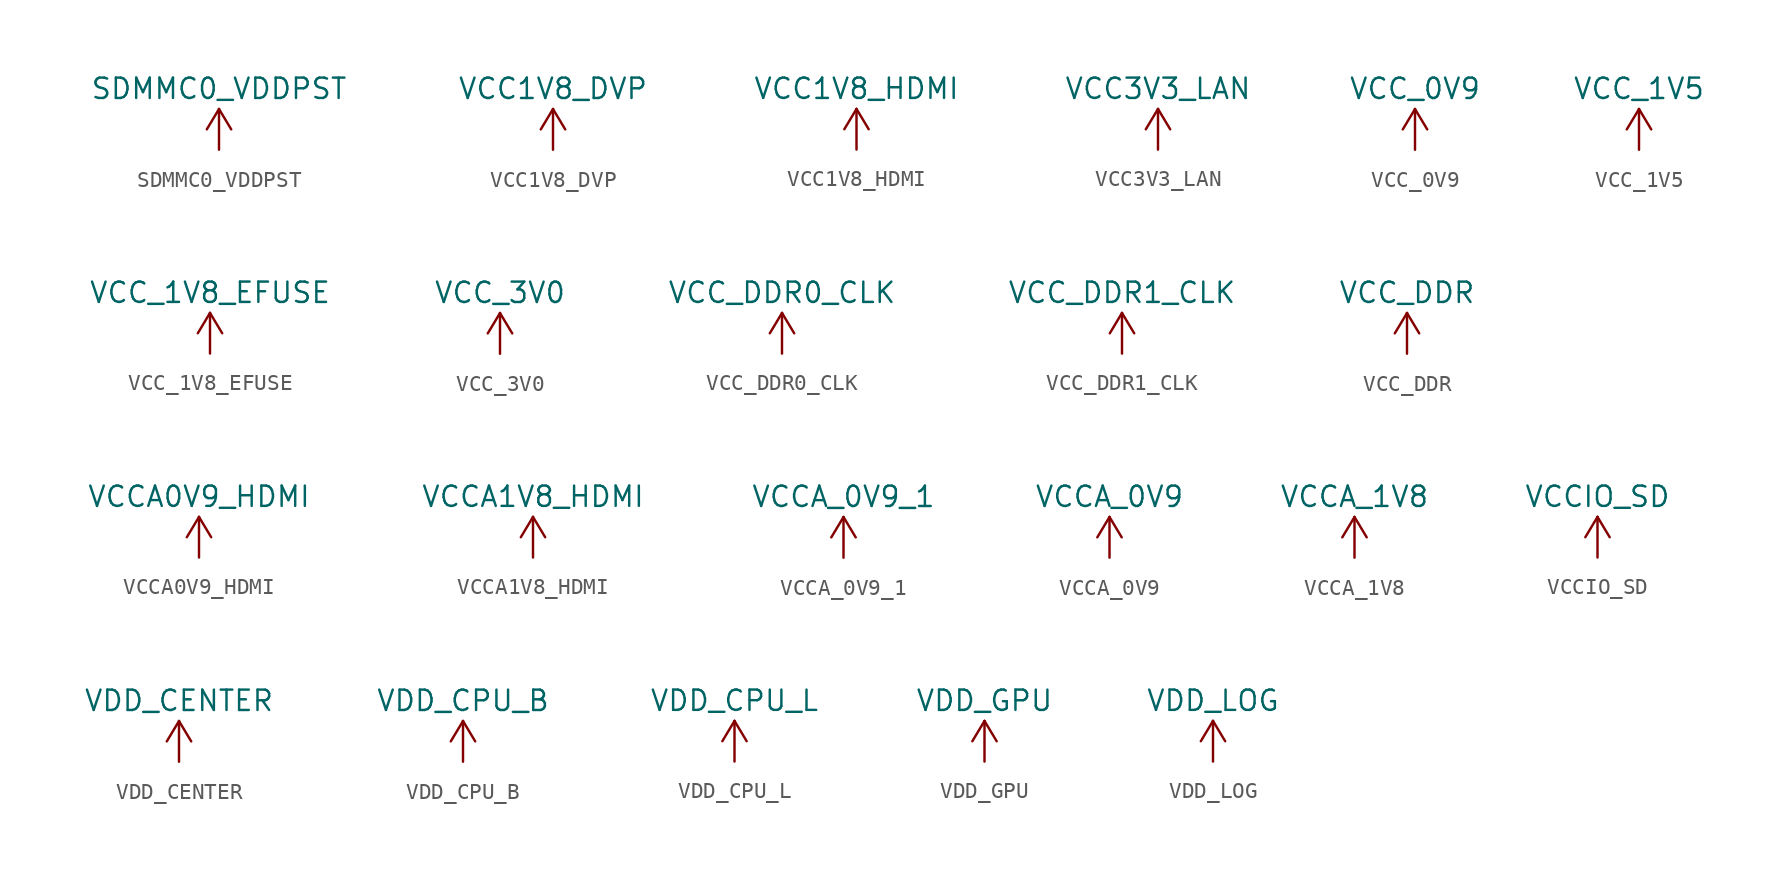
<source format=kicad_sym>
(kicad_symbol_lib
  (version 20220331)
  (generator kicad_symbol_editor)
  (symbol "SDMMC0_VDDPST"
    (power)
    (pin_names
      (offset 0) hide)
    (property "Reference" "#PWR"
      (at 5.08 -3.81 0)
      (effects (font (size 1.27 1.27)) hide))
    (property "Value" "SDMMC0_VDDPST"
      (at 0 3.81 0)
      (effects (font (size 1.27 1.27))))
    (symbol "SDMMC0_VDDPST_0_1"
      (polyline (pts (xy -0.762 1.27) (xy 0 2.54)) (stroke (width 0) (type default)) (fill (type none)))
      (polyline (pts (xy 0 0) (xy 0 2.54)) (stroke (width 0) (type default)) (fill (type none)))
      (polyline (pts (xy 0 2.54) (xy 0.762 1.27)) (stroke (width 0) (type default)) (fill (type none))))
    (symbol "SDMMC0_VDDPST_1_1"
      (pin power_in line (at 0 0 90) (length 0) hide (name "VCC_DDR" (effects (font (size 1.27 1.27)))) (number "1" (effects (font (size 1.27 1.27)))))))
  (symbol "VCC1V8_DVP"
    (power)
    (pin_names
      (offset 0) hide)
    (property "Reference" "#PWR"
      (at 5.08 -3.81 0)
      (effects (font (size 1.27 1.27)) hide))
    (property "Value" "VCC1V8_DVP"
      (at 0 3.81 0)
      (effects (font (size 1.27 1.27))))
    (symbol "VCC1V8_DVP_0_1"
      (polyline (pts (xy -0.762 1.27) (xy 0 2.54)) (stroke (width 0) (type default)) (fill (type none)))
      (polyline (pts (xy 0 0) (xy 0 2.54)) (stroke (width 0) (type default)) (fill (type none)))
      (polyline (pts (xy 0 2.54) (xy 0.762 1.27)) (stroke (width 0) (type default)) (fill (type none))))
    (symbol "VCC1V8_DVP_1_1"
      (pin power_in line (at 0 0 90) (length 0) hide (name "VCC_DDR" (effects (font (size 1.27 1.27)))) (number "1" (effects (font (size 1.27 1.27)))))))
  (symbol "VCC1V8_HDMI"
    (power)
    (pin_names
      (offset 0) hide)
    (property "Reference" "#PWR"
      (at 5.08 -2.54 0)
      (effects (font (size 1.27 1.27)) hide))
    (property "Value" "VCC1V8_HDMI"
      (at 0 3.81 0)
      (effects (font (size 1.27 1.27))))
    (symbol "VCC1V8_HDMI_0_1"
      (polyline (pts (xy -0.762 1.27) (xy 0 2.54)) (stroke (width 0) (type default)) (fill (type none)))
      (polyline (pts (xy 0 0) (xy 0 2.54)) (stroke (width 0) (type default)) (fill (type none)))
      (polyline (pts (xy 0 2.54) (xy 0.762 1.27)) (stroke (width 0) (type default)) (fill (type none))))
    (symbol "VCC1V8_HDMI_1_1"
      (pin power_in line (at 0 0 180) (length 0) hide (name "VCC_DDR" (effects (font (size 1.27 1.27)))) (number "1" (effects (font (size 1.27 1.27)))))))
  (symbol "VCC3V3_LAN"
    (power)
    (pin_names
      (offset 0) hide)
    (property "Reference" "#PWR"
      (at 5.08 -3.81 0)
      (effects (font (size 1.27 1.27)) hide))
    (property "Value" "VCC3V3_LAN"
      (at 0 3.81 0)
      (effects (font (size 1.27 1.27))))
    (symbol "VCC3V3_LAN_0_1"
      (polyline (pts (xy -0.762 1.27) (xy 0 2.54)) (stroke (width 0) (type default)) (fill (type none)))
      (polyline (pts (xy 0 0) (xy 0 2.54)) (stroke (width 0) (type default)) (fill (type none)))
      (polyline (pts (xy 0 2.54) (xy 0.762 1.27)) (stroke (width 0) (type default)) (fill (type none))))
    (symbol "VCC3V3_LAN_1_1"
      (pin power_in line (at 0 0 90) (length 0) hide (name "VCC_DDR" (effects (font (size 1.27 1.27)))) (number "1" (effects (font (size 1.27 1.27)))))))
  (symbol "VCC_0V9"
    (power)
    (pin_names
      (offset 0) hide)
    (property "Reference" "#PWR"
      (at 5.08 -3.81 0)
      (effects (font (size 1.27 1.27)) hide))
    (property "Value" "VCC_0V9"
      (at 0 3.81 0)
      (effects (font (size 1.27 1.27))))
    (symbol "VCC_0V9_0_1"
      (polyline (pts (xy -0.762 1.27) (xy 0 2.54)) (stroke (width 0) (type default)) (fill (type none)))
      (polyline (pts (xy 0 0) (xy 0 2.54)) (stroke (width 0) (type default)) (fill (type none)))
      (polyline (pts (xy 0 2.54) (xy 0.762 1.27)) (stroke (width 0) (type default)) (fill (type none))))
    (symbol "VCC_0V9_1_1"
      (pin power_in line (at 0 0 90) (length 0) hide (name "VCC_DDR" (effects (font (size 1.27 1.27)))) (number "1" (effects (font (size 1.27 1.27)))))))
  (symbol "VCC_1V5"
    (power)
    (pin_names
      (offset 0) hide)
    (property "Reference" "#PWR"
      (at 5.08 -3.81 0)
      (effects (font (size 1.27 1.27)) hide))
    (property "Value" "VCC_1V5"
      (at 0 3.81 0)
      (effects (font (size 1.27 1.27))))
    (symbol "VCC_1V5_0_1"
      (polyline (pts (xy -0.762 1.27) (xy 0 2.54)) (stroke (width 0) (type default)) (fill (type none)))
      (polyline (pts (xy 0 0) (xy 0 2.54)) (stroke (width 0) (type default)) (fill (type none)))
      (polyline (pts (xy 0 2.54) (xy 0.762 1.27)) (stroke (width 0) (type default)) (fill (type none))))
    (symbol "VCC_1V5_1_1"
      (pin power_in line (at 0 0 90) (length 0) hide (name "VCC_DDR" (effects (font (size 1.27 1.27)))) (number "1" (effects (font (size 1.27 1.27)))))))
  (symbol "VCC_1V8_EFUSE"
    (power)
    (pin_names
      (offset 0) hide)
    (property "Reference" "#PWR"
      (at 5.08 -3.81 0)
      (effects (font (size 1.27 1.27)) hide))
    (property "Value" "VCC_1V8_EFUSE"
      (at 0 3.81 0)
      (effects (font (size 1.27 1.27))))
    (symbol "VCC_1V8_EFUSE_0_1"
      (polyline (pts (xy -0.762 1.27) (xy 0 2.54)) (stroke (width 0) (type default)) (fill (type none)))
      (polyline (pts (xy 0 0) (xy 0 2.54)) (stroke (width 0) (type default)) (fill (type none)))
      (polyline (pts (xy 0 2.54) (xy 0.762 1.27)) (stroke (width 0) (type default)) (fill (type none))))
    (symbol "VCC_1V8_EFUSE_1_1"
      (pin power_in line (at 0 0 90) (length 0) hide (name "VCC_DDR" (effects (font (size 1.27 1.27)))) (number "1" (effects (font (size 1.27 1.27)))))))
  (symbol "VCC_3V0"
    (power)
    (pin_names
      (offset 0) hide)
    (property "Reference" "#PWR"
      (at 5.08 -3.81 0)
      (effects (font (size 1.27 1.27)) hide))
    (property "Value" "VCC_3V0"
      (at 0 3.81 0)
      (effects (font (size 1.27 1.27))))
    (symbol "VCC_3V0_0_1"
      (polyline (pts (xy -0.762 1.27) (xy 0 2.54)) (stroke (width 0) (type default)) (fill (type none)))
      (polyline (pts (xy 0 0) (xy 0 2.54)) (stroke (width 0) (type default)) (fill (type none)))
      (polyline (pts (xy 0 2.54) (xy 0.762 1.27)) (stroke (width 0) (type default)) (fill (type none))))
    (symbol "VCC_3V0_1_1"
      (pin power_in line (at 0 0 90) (length 0) hide (name "VCC_DDR" (effects (font (size 1.27 1.27)))) (number "1" (effects (font (size 1.27 1.27)))))))
  (symbol "VCC_DDR0_CLK"
    (power)
    (pin_names
      (offset 0) hide)
    (property "Reference" "#PWR"
      (at 5.08 -3.81 0)
      (effects (font (size 1.27 1.27)) hide))
    (property "Value" "VCC_DDR0_CLK"
      (at 0 3.81 0)
      (effects (font (size 1.27 1.27))))
    (symbol "VCC_DDR0_CLK_0_1"
      (polyline (pts (xy -0.762 1.27) (xy 0 2.54)) (stroke (width 0) (type default)) (fill (type none)))
      (polyline (pts (xy 0 0) (xy 0 2.54)) (stroke (width 0) (type default)) (fill (type none)))
      (polyline (pts (xy 0 2.54) (xy 0.762 1.27)) (stroke (width 0) (type default)) (fill (type none))))
    (symbol "VCC_DDR0_CLK_1_1"
      (pin power_in line (at 0 0 90) (length 0) hide (name "VCC_DDR" (effects (font (size 1.27 1.27)))) (number "1" (effects (font (size 1.27 1.27)))))))
  (symbol "VCC_DDR1_CLK"
    (power)
    (pin_names
      (offset 0) hide)
    (property "Reference" "#PWR"
      (at 5.08 -3.81 0)
      (effects (font (size 1.27 1.27)) hide))
    (property "Value" "VCC_DDR1_CLK"
      (at 0 3.81 0)
      (effects (font (size 1.27 1.27))))
    (symbol "VCC_DDR1_CLK_0_1"
      (polyline (pts (xy -0.762 1.27) (xy 0 2.54)) (stroke (width 0) (type default)) (fill (type none)))
      (polyline (pts (xy 0 0) (xy 0 2.54)) (stroke (width 0) (type default)) (fill (type none)))
      (polyline (pts (xy 0 2.54) (xy 0.762 1.27)) (stroke (width 0) (type default)) (fill (type none))))
    (symbol "VCC_DDR1_CLK_1_1"
      (pin power_in line (at 0 0 90) (length 0) hide (name "VCC_DDR" (effects (font (size 1.27 1.27)))) (number "1" (effects (font (size 1.27 1.27)))))))
  (symbol "VCC_DDR"
    (power)
    (pin_names
      (offset 0) hide)
    (property "Reference" "#PWR"
      (at 5.08 -3.81 0)
      (effects (font (size 1.27 1.27)) hide))
    (property "Value" "VCC_DDR"
      (at 0 3.81 0)
      (effects (font (size 1.27 1.27))))
    (symbol "VCC_DDR_0_1"
      (polyline (pts (xy -0.762 1.27) (xy 0 2.54)) (stroke (width 0) (type default)) (fill (type none)))
      (polyline (pts (xy 0 0) (xy 0 2.54)) (stroke (width 0) (type default)) (fill (type none)))
      (polyline (pts (xy 0 2.54) (xy 0.762 1.27)) (stroke (width 0) (type default)) (fill (type none))))
    (symbol "VCC_DDR_1_1"
      (pin power_in line (at 0 0 90) (length 0) hide (name "VCC_DDR" (effects (font (size 1.27 1.27)))) (number "1" (effects (font (size 1.27 1.27)))))))
  (symbol "VCCA0V9_HDMI"
    (power)
    (pin_names
      (offset 0) hide)
    (property "Reference" "#PWR"
      (at 5.08 -3.81 0)
      (effects (font (size 1.27 1.27)) hide))
    (property "Value" "VCCA0V9_HDMI"
      (at 0 3.81 0)
      (effects (font (size 1.27 1.27))))
    (symbol "VCCA0V9_HDMI_0_1"
      (polyline (pts (xy -0.762 1.27) (xy 0 2.54)) (stroke (width 0) (type default)) (fill (type none)))
      (polyline (pts (xy 0 0) (xy 0 2.54)) (stroke (width 0) (type default)) (fill (type none)))
      (polyline (pts (xy 0 2.54) (xy 0.762 1.27)) (stroke (width 0) (type default)) (fill (type none))))
    (symbol "VCCA0V9_HDMI_1_1"
      (pin power_in line (at 0 0 90) (length 0) hide (name "VCC_DDR" (effects (font (size 1.27 1.27)))) (number "1" (effects (font (size 1.27 1.27)))))))
  (symbol "VCCA1V8_HDMI"
    (power)
    (pin_names
      (offset 0) hide)
    (property "Reference" "#PWR"
      (at 5.08 -3.81 0)
      (effects (font (size 1.27 1.27)) hide))
    (property "Value" "VCCA1V8_HDMI"
      (at 0 3.81 0)
      (effects (font (size 1.27 1.27))))
    (symbol "VCCA1V8_HDMI_0_1"
      (polyline (pts (xy -0.762 1.27) (xy 0 2.54)) (stroke (width 0) (type default)) (fill (type none)))
      (polyline (pts (xy 0 0) (xy 0 2.54)) (stroke (width 0) (type default)) (fill (type none)))
      (polyline (pts (xy 0 2.54) (xy 0.762 1.27)) (stroke (width 0) (type default)) (fill (type none))))
    (symbol "VCCA1V8_HDMI_1_1"
      (pin power_in line (at 0 0 90) (length 0) hide (name "VCC_DDR" (effects (font (size 1.27 1.27)))) (number "1" (effects (font (size 1.27 1.27)))))))
  (symbol "VCCA_0V9_1"
    (power)
    (pin_names
      (offset 0) hide)
    (property "Reference" "#PWR"
      (at 5.08 -3.81 0)
      (effects (font (size 1.27 1.27)) hide))
    (property "Value" "VCCA_0V9_1"
      (at 0 3.81 0)
      (effects (font (size 1.27 1.27))))
    (symbol "VCCA_0V9_1_0_1"
      (polyline (pts (xy -0.762 1.27) (xy 0 2.54)) (stroke (width 0) (type default)) (fill (type none)))
      (polyline (pts (xy 0 0) (xy 0 2.54)) (stroke (width 0) (type default)) (fill (type none)))
      (polyline (pts (xy 0 2.54) (xy 0.762 1.27)) (stroke (width 0) (type default)) (fill (type none))))
    (symbol "VCCA_0V9_1_1_1"
      (pin power_in line (at 0 0 90) (length 0) hide (name "VCC_DDR" (effects (font (size 1.27 1.27)))) (number "1" (effects (font (size 1.27 1.27)))))))
  (symbol "VCCA_0V9"
    (power)
    (pin_names
      (offset 0) hide)
    (property "Reference" "#PWR"
      (at 5.08 -3.81 0)
      (effects (font (size 1.27 1.27)) hide))
    (property "Value" "VCCA_0V9"
      (at 0 3.81 0)
      (effects (font (size 1.27 1.27))))
    (symbol "VCCA_0V9_0_1"
      (polyline (pts (xy -0.762 1.27) (xy 0 2.54)) (stroke (width 0) (type default)) (fill (type none)))
      (polyline (pts (xy 0 0) (xy 0 2.54)) (stroke (width 0) (type default)) (fill (type none)))
      (polyline (pts (xy 0 2.54) (xy 0.762 1.27)) (stroke (width 0) (type default)) (fill (type none))))
    (symbol "VCCA_0V9_1_1"
      (pin power_in line (at 0 0 90) (length 0) hide (name "VCC_DDR" (effects (font (size 1.27 1.27)))) (number "1" (effects (font (size 1.27 1.27)))))))
  (symbol "VCCA_1V8"
    (power)
    (pin_names
      (offset 0) hide)
    (property "Reference" "#PWR"
      (at 5.08 -3.81 0)
      (effects (font (size 1.27 1.27)) hide))
    (property "Value" "VCCA_1V8"
      (at 0 3.81 0)
      (effects (font (size 1.27 1.27))))
    (symbol "VCCA_1V8_0_1"
      (polyline (pts (xy -0.762 1.27) (xy 0 2.54)) (stroke (width 0) (type default)) (fill (type none)))
      (polyline (pts (xy 0 0) (xy 0 2.54)) (stroke (width 0) (type default)) (fill (type none)))
      (polyline (pts (xy 0 2.54) (xy 0.762 1.27)) (stroke (width 0) (type default)) (fill (type none))))
    (symbol "VCCA_1V8_1_1"
      (pin power_in line (at 0 0 90) (length 0) hide (name "VCC_DDR" (effects (font (size 1.27 1.27)))) (number "1" (effects (font (size 1.27 1.27)))))))
  (symbol "VCCIO_SD"
    (power)
    (pin_names
      (offset 0) hide)
    (property "Reference" "#PWR"
      (at 5.08 -3.81 0)
      (effects (font (size 1.27 1.27)) hide))
    (property "Value" "VCCIO_SD"
      (at 0 3.81 0)
      (effects (font (size 1.27 1.27))))
    (symbol "VCCIO_SD_0_1"
      (polyline (pts (xy -0.762 1.27) (xy 0 2.54)) (stroke (width 0) (type default)) (fill (type none)))
      (polyline (pts (xy 0 0) (xy 0 2.54)) (stroke (width 0) (type default)) (fill (type none)))
      (polyline (pts (xy 0 2.54) (xy 0.762 1.27)) (stroke (width 0) (type default)) (fill (type none))))
    (symbol "VCCIO_SD_1_1"
      (pin power_in line (at 0 0 90) (length 0) hide (name "VCC_DDR" (effects (font (size 1.27 1.27)))) (number "1" (effects (font (size 1.27 1.27)))))))
  (symbol "VDD_CENTER"
    (power)
    (pin_names
      (offset 0) hide)
    (property "Reference" "#PWR"
      (at 5.08 -3.81 0)
      (effects (font (size 1.27 1.27)) hide))
    (property "Value" "VDD_CENTER"
      (at 0 3.81 0)
      (effects (font (size 1.27 1.27))))
    (symbol "VDD_CENTER_0_1"
      (polyline (pts (xy -0.762 1.27) (xy 0 2.54)) (stroke (width 0) (type default)) (fill (type none)))
      (polyline (pts (xy 0 0) (xy 0 2.54)) (stroke (width 0) (type default)) (fill (type none)))
      (polyline (pts (xy 0 2.54) (xy 0.762 1.27)) (stroke (width 0) (type default)) (fill (type none))))
    (symbol "VDD_CENTER_1_1"
      (pin power_in line (at 0 0 90) (length 0) hide (name "VCC_DDR" (effects (font (size 1.27 1.27)))) (number "1" (effects (font (size 1.27 1.27)))))))
  (symbol "VDD_CPU_B"
    (power)
    (pin_names
      (offset 0) hide)
    (property "Reference" "#PWR"
      (at 5.08 -3.81 0)
      (effects (font (size 1.27 1.27)) hide))
    (property "Value" "VDD_CPU_B"
      (at 0 3.81 0)
      (effects (font (size 1.27 1.27))))
    (symbol "VDD_CPU_B_0_1"
      (polyline (pts (xy -0.762 1.27) (xy 0 2.54)) (stroke (width 0) (type default)) (fill (type none)))
      (polyline (pts (xy 0 0) (xy 0 2.54)) (stroke (width 0) (type default)) (fill (type none)))
      (polyline (pts (xy 0 2.54) (xy 0.762 1.27)) (stroke (width 0) (type default)) (fill (type none))))
    (symbol "VDD_CPU_B_1_1"
      (pin power_in line (at 0 0 90) (length 0) hide (name "VCC_DDR" (effects (font (size 1.27 1.27)))) (number "1" (effects (font (size 1.27 1.27)))))))
  (symbol "VDD_CPU_L"
    (power)
    (pin_names
      (offset 0) hide)
    (property "Reference" "#PWR"
      (at 5.08 -3.81 0)
      (effects (font (size 1.27 1.27)) hide))
    (property "Value" "VDD_CPU_L"
      (at 0 3.81 0)
      (effects (font (size 1.27 1.27))))
    (symbol "VDD_CPU_L_0_1"
      (polyline (pts (xy -0.762 1.27) (xy 0 2.54)) (stroke (width 0) (type default)) (fill (type none)))
      (polyline (pts (xy 0 0) (xy 0 2.54)) (stroke (width 0) (type default)) (fill (type none)))
      (polyline (pts (xy 0 2.54) (xy 0.762 1.27)) (stroke (width 0) (type default)) (fill (type none))))
    (symbol "VDD_CPU_L_1_1"
      (pin power_in line (at 0 0 90) (length 0) hide (name "VCC_DDR" (effects (font (size 1.27 1.27)))) (number "1" (effects (font (size 1.27 1.27)))))))
  (symbol "VDD_GPU"
    (power)
    (pin_names
      (offset 0) hide)
    (property "Reference" "#PWR"
      (at 5.08 -3.81 0)
      (effects (font (size 1.27 1.27)) hide))
    (property "Value" "VDD_GPU"
      (at 0 3.81 0)
      (effects (font (size 1.27 1.27))))
    (symbol "VDD_GPU_0_1"
      (polyline (pts (xy -0.762 1.27) (xy 0 2.54)) (stroke (width 0) (type default)) (fill (type none)))
      (polyline (pts (xy 0 0) (xy 0 2.54)) (stroke (width 0) (type default)) (fill (type none)))
      (polyline (pts (xy 0 2.54) (xy 0.762 1.27)) (stroke (width 0) (type default)) (fill (type none))))
    (symbol "VDD_GPU_1_1"
      (pin power_in line (at 0 0 90) (length 0) hide (name "VCC_DDR" (effects (font (size 1.27 1.27)))) (number "1" (effects (font (size 1.27 1.27)))))))
  (symbol "VDD_LOG"
    (power)
    (pin_names
      (offset 0) hide)
    (property "Reference" "#PWR"
      (at 5.08 -3.81 0)
      (effects (font (size 1.27 1.27)) hide))
    (property "Value" "VDD_LOG"
      (at 0 3.81 0)
      (effects (font (size 1.27 1.27))))
    (symbol "VDD_LOG_0_1"
      (polyline (pts (xy -0.762 1.27) (xy 0 2.54)) (stroke (width 0) (type default)) (fill (type none)))
      (polyline (pts (xy 0 0) (xy 0 2.54)) (stroke (width 0) (type default)) (fill (type none)))
      (polyline (pts (xy 0 2.54) (xy 0.762 1.27)) (stroke (width 0) (type default)) (fill (type none))))
    (symbol "VDD_LOG_1_1"
      (pin power_in line (at 0 0 90) (length 0) hide (name "VCC_DDR" (effects (font (size 1.27 1.27)))) (number "1" (effects (font (size 1.27 1.27))))))))
</source>
